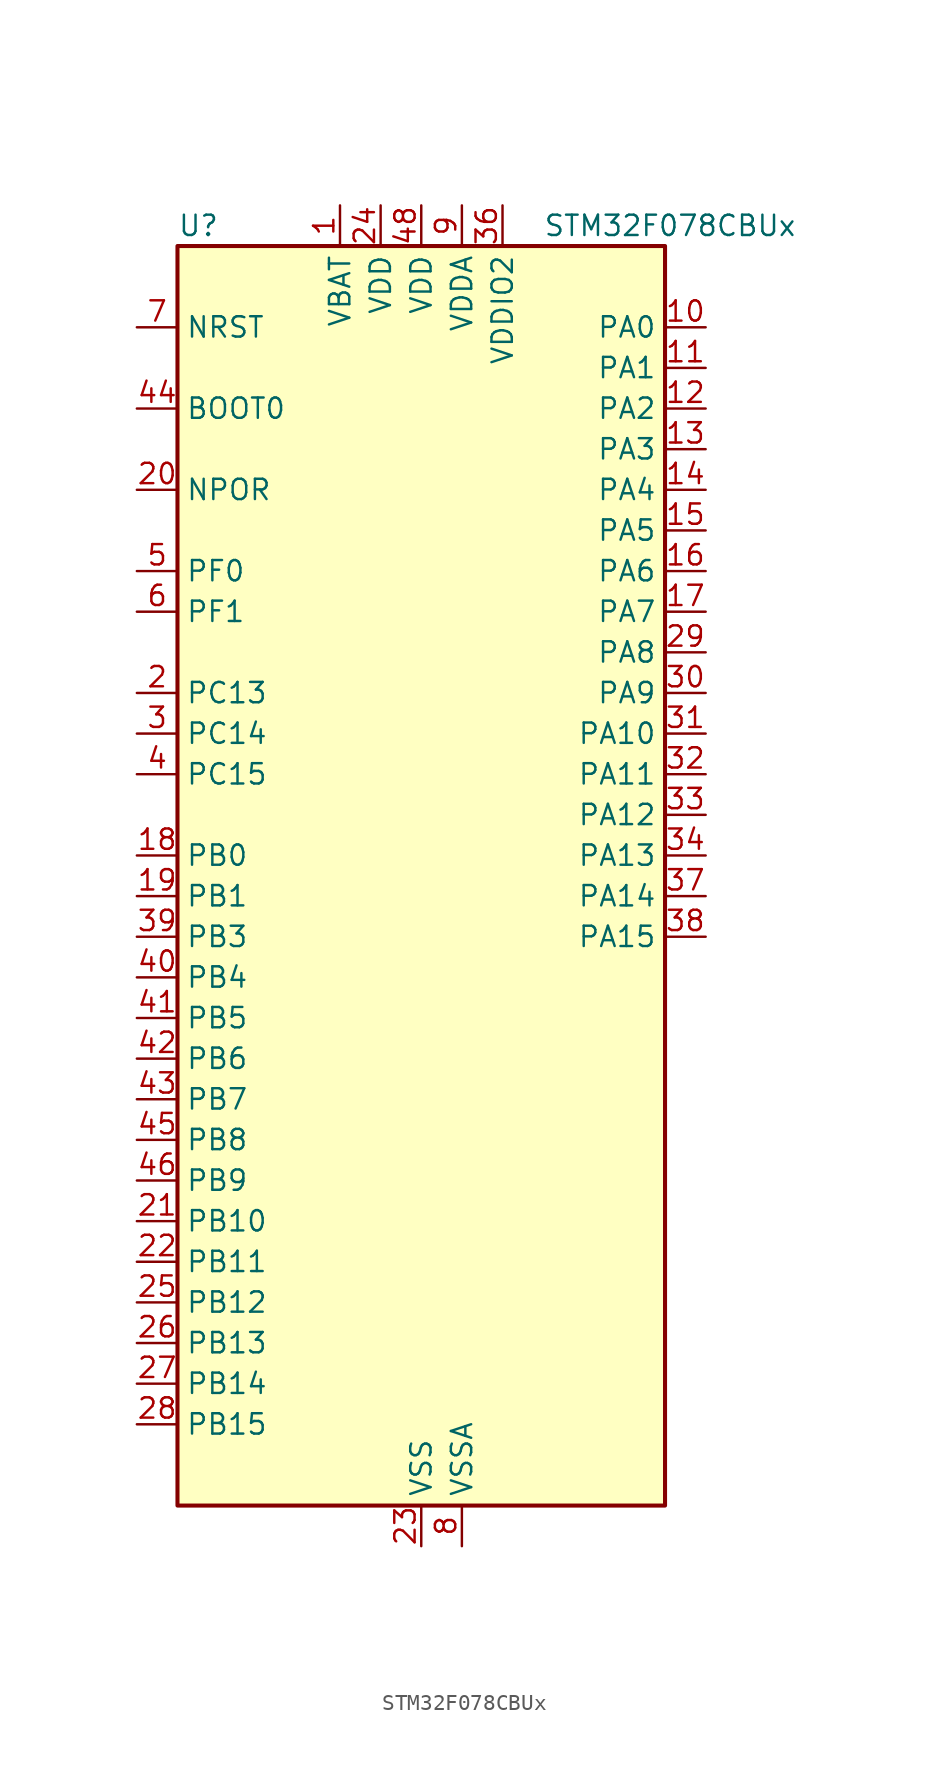
<source format=kicad_sym>
(kicad_symbol_lib
  (version 20241209)
  (generator "kicad_symbol_editor")
  (generator_version "9.0")
  (symbol "STM32F078CBUx"
    (property "Reference" "U"
      (at -15.24 41.91 0)
      (effects (font (size 1.27 1.27)) (justify left)))
    (property "Value" "STM32F078CBUx"
      (at 7.62 41.91 0)
      (effects (font (size 1.27 1.27)) (justify left)))
    (symbol "STM32F078CBUx_0_1"
      (rectangle (start -15.24 -38.1) (end 15.24 40.64) (stroke (width 0.254) (type default)) (fill (type background))))
    (symbol "STM32F078CBUx_1_1"
      (pin input line (at -17.78 35.56 0) (length 2.54) (name "NRST" (effects (font (size 1.27 1.27)))) (number "7" (effects (font (size 1.27 1.27)))))
      (pin input line (at -17.78 30.48 0) (length 2.54) (name "BOOT0" (effects (font (size 1.27 1.27)))) (number "44" (effects (font (size 1.27 1.27)))))
      (pin input line (at -17.78 25.4 0) (length 2.54) (name "NPOR" (effects (font (size 1.27 1.27)))) (number "20" (effects (font (size 1.27 1.27)))))
      (pin bidirectional line (at -17.78 20.32 0) (length 2.54) (name "PF0" (effects (font (size 1.27 1.27)))) (number "5" (effects (font (size 1.27 1.27)))) (alternate "CRS_SYNC" bidirectional line) (alternate "RCC_OSC_IN" bidirectional line))
      (pin bidirectional line (at -17.78 17.78 0) (length 2.54) (name "PF1" (effects (font (size 1.27 1.27)))) (number "6" (effects (font (size 1.27 1.27)))) (alternate "RCC_OSC_OUT" bidirectional line))
      (pin bidirectional line (at -17.78 12.7 0) (length 2.54) (name "PC13" (effects (font (size 1.27 1.27)))) (number "2" (effects (font (size 1.27 1.27)))) (alternate "RTC_OUT_ALARM" bidirectional line) (alternate "RTC_OUT_CALIB" bidirectional line) (alternate "RTC_TAMP1" bidirectional line) (alternate "RTC_TS" bidirectional line) (alternate "SYS_WKUP2" bidirectional line))
      (pin bidirectional line (at -17.78 10.16 0) (length 2.54) (name "PC14" (effects (font (size 1.27 1.27)))) (number "3" (effects (font (size 1.27 1.27)))) (alternate "RCC_OSC32_IN" bidirectional line))
      (pin bidirectional line (at -17.78 7.62 0) (length 2.54) (name "PC15" (effects (font (size 1.27 1.27)))) (number "4" (effects (font (size 1.27 1.27)))) (alternate "RCC_OSC32_OUT" bidirectional line))
      (pin bidirectional line (at -17.78 2.54 0) (length 2.54) (name "PB0" (effects (font (size 1.27 1.27)))) (number "18" (effects (font (size 1.27 1.27)))) (alternate "ADC_IN8" bidirectional line) (alternate "TIM1_CH2N" bidirectional line) (alternate "TIM3_CH3" bidirectional line) (alternate "TSC_G3_IO2" bidirectional line) (alternate "USART3_CK" bidirectional line))
      (pin bidirectional line (at -17.78 0 0) (length 2.54) (name "PB1" (effects (font (size 1.27 1.27)))) (number "19" (effects (font (size 1.27 1.27)))) (alternate "ADC_IN9" bidirectional line) (alternate "TIM14_CH1" bidirectional line) (alternate "TIM1_CH3N" bidirectional line) (alternate "TIM3_CH4" bidirectional line) (alternate "TSC_G3_IO3" bidirectional line) (alternate "USART3_DE" bidirectional line) (alternate "USART3_RTS" bidirectional line))
      (pin bidirectional line (at -17.78 -2.54 0) (length 2.54) (name "PB3" (effects (font (size 1.27 1.27)))) (number "39" (effects (font (size 1.27 1.27)))) (alternate "I2S1_CK" bidirectional line) (alternate "SPI1_SCK" bidirectional line) (alternate "TIM2_CH2" bidirectional line) (alternate "TSC_G5_IO1" bidirectional line))
      (pin bidirectional line (at -17.78 -5.08 0) (length 2.54) (name "PB4" (effects (font (size 1.27 1.27)))) (number "40" (effects (font (size 1.27 1.27)))) (alternate "I2S1_MCK" bidirectional line) (alternate "SPI1_MISO" bidirectional line) (alternate "TIM17_BKIN" bidirectional line) (alternate "TIM3_CH1" bidirectional line) (alternate "TSC_G5_IO2" bidirectional line))
      (pin bidirectional line (at -17.78 -7.62 0) (length 2.54) (name "PB5" (effects (font (size 1.27 1.27)))) (number "41" (effects (font (size 1.27 1.27)))) (alternate "I2C1_SMBA" bidirectional line) (alternate "I2S1_SD" bidirectional line) (alternate "SPI1_MOSI" bidirectional line) (alternate "SYS_WKUP6" bidirectional line) (alternate "TIM16_BKIN" bidirectional line) (alternate "TIM3_CH2" bidirectional line))
      (pin bidirectional line (at -17.78 -10.16 0) (length 2.54) (name "PB6" (effects (font (size 1.27 1.27)))) (number "42" (effects (font (size 1.27 1.27)))) (alternate "I2C1_SCL" bidirectional line) (alternate "TIM16_CH1N" bidirectional line) (alternate "TSC_G5_IO3" bidirectional line) (alternate "USART1_TX" bidirectional line))
      (pin bidirectional line (at -17.78 -12.7 0) (length 2.54) (name "PB7" (effects (font (size 1.27 1.27)))) (number "43" (effects (font (size 1.27 1.27)))) (alternate "I2C1_SDA" bidirectional line) (alternate "TIM17_CH1N" bidirectional line) (alternate "TSC_G5_IO4" bidirectional line) (alternate "USART1_RX" bidirectional line) (alternate "USART4_CTS" bidirectional line))
      (pin bidirectional line (at -17.78 -15.24 0) (length 2.54) (name "PB8" (effects (font (size 1.27 1.27)))) (number "45" (effects (font (size 1.27 1.27)))) (alternate "CEC" bidirectional line) (alternate "I2C1_SCL" bidirectional line) (alternate "TIM16_CH1" bidirectional line) (alternate "TSC_SYNC" bidirectional line))
      (pin bidirectional line (at -17.78 -17.78 0) (length 2.54) (name "PB9" (effects (font (size 1.27 1.27)))) (number "46" (effects (font (size 1.27 1.27)))) (alternate "DAC_EXTI9" bidirectional line) (alternate "I2C1_SDA" bidirectional line) (alternate "I2S2_WS" bidirectional line) (alternate "IR_OUT" bidirectional line) (alternate "SPI2_NSS" bidirectional line) (alternate "TIM17_CH1" bidirectional line))
      (pin bidirectional line (at -17.78 -20.32 0) (length 2.54) (name "PB10" (effects (font (size 1.27 1.27)))) (number "21" (effects (font (size 1.27 1.27)))) (alternate "CEC" bidirectional line) (alternate "I2C2_SCL" bidirectional line) (alternate "I2S2_CK" bidirectional line) (alternate "SPI2_SCK" bidirectional line) (alternate "TIM2_CH3" bidirectional line) (alternate "TSC_SYNC" bidirectional line) (alternate "USART3_TX" bidirectional line))
      (pin bidirectional line (at -17.78 -22.86 0) (length 2.54) (name "PB11" (effects (font (size 1.27 1.27)))) (number "22" (effects (font (size 1.27 1.27)))) (alternate "I2C2_SDA" bidirectional line) (alternate "TIM2_CH4" bidirectional line) (alternate "TSC_G6_IO1" bidirectional line) (alternate "USART3_RX" bidirectional line))
      (pin bidirectional line (at -17.78 -25.4 0) (length 2.54) (name "PB12" (effects (font (size 1.27 1.27)))) (number "25" (effects (font (size 1.27 1.27)))) (alternate "I2S2_WS" bidirectional line) (alternate "SPI2_NSS" bidirectional line) (alternate "TIM15_BKIN" bidirectional line) (alternate "TIM1_BKIN" bidirectional line) (alternate "TSC_G6_IO2" bidirectional line) (alternate "USART3_CK" bidirectional line))
      (pin bidirectional line (at -17.78 -27.94 0) (length 2.54) (name "PB13" (effects (font (size 1.27 1.27)))) (number "26" (effects (font (size 1.27 1.27)))) (alternate "I2C2_SCL" bidirectional line) (alternate "I2S2_CK" bidirectional line) (alternate "SPI2_SCK" bidirectional line) (alternate "TIM1_CH1N" bidirectional line) (alternate "TSC_G6_IO3" bidirectional line) (alternate "USART3_CTS" bidirectional line))
      (pin bidirectional line (at -17.78 -30.48 0) (length 2.54) (name "PB14" (effects (font (size 1.27 1.27)))) (number "27" (effects (font (size 1.27 1.27)))) (alternate "I2C2_SDA" bidirectional line) (alternate "I2S2_MCK" bidirectional line) (alternate "SPI2_MISO" bidirectional line) (alternate "TIM15_CH1" bidirectional line) (alternate "TIM1_CH2N" bidirectional line) (alternate "TSC_G6_IO4" bidirectional line) (alternate "USART3_DE" bidirectional line) (alternate "USART3_RTS" bidirectional line))
      (pin bidirectional line (at -17.78 -33.02 0) (length 2.54) (name "PB15" (effects (font (size 1.27 1.27)))) (number "28" (effects (font (size 1.27 1.27)))) (alternate "I2S2_SD" bidirectional line) (alternate "RTC_REFIN" bidirectional line) (alternate "SPI2_MOSI" bidirectional line) (alternate "SYS_WKUP7" bidirectional line) (alternate "TIM15_CH1N" bidirectional line) (alternate "TIM15_CH2" bidirectional line) (alternate "TIM1_CH3N" bidirectional line))
      (pin power_in line (at -5.08 43.18 270) (length 2.54) (name "VBAT" (effects (font (size 1.27 1.27)))) (number "1" (effects (font (size 1.27 1.27)))))
      (pin power_in line (at -2.54 43.18 270) (length 2.54) (name "VDD" (effects (font (size 1.27 1.27)))) (number "24" (effects (font (size 1.27 1.27)))))
      (pin power_in line (at 0 43.18 270) (length 2.54) (name "VDD" (effects (font (size 1.27 1.27)))) (number "48" (effects (font (size 1.27 1.27)))))
      (pin power_in line (at 0 -40.64 90) (length 2.54) (name "VSS" (effects (font (size 1.27 1.27)))) (number "23" (effects (font (size 1.27 1.27)))))
      (pin passive line (at 0 -40.64 90) (length 2.54) (hide yes) (name "VSS" (effects (font (size 1.27 1.27)))) (number "35" (effects (font (size 1.27 1.27)))))
      (pin passive line (at 0 -40.64 90) (length 2.54) (hide yes) (name "VSS" (effects (font (size 1.27 1.27)))) (number "47" (effects (font (size 1.27 1.27)))))
      (pin passive line (at 0 -40.64 90) (length 2.54) (hide yes) (name "VSS" (effects (font (size 1.27 1.27)))) (number "49" (effects (font (size 1.27 1.27)))))
      (pin power_in line (at 2.54 43.18 270) (length 2.54) (name "VDDA" (effects (font (size 1.27 1.27)))) (number "9" (effects (font (size 1.27 1.27)))))
      (pin power_in line (at 2.54 -40.64 90) (length 2.54) (name "VSSA" (effects (font (size 1.27 1.27)))) (number "8" (effects (font (size 1.27 1.27)))))
      (pin power_in line (at 5.08 43.18 270) (length 2.54) (name "VDDIO2" (effects (font (size 1.27 1.27)))) (number "36" (effects (font (size 1.27 1.27)))))
      (pin bidirectional line (at 17.78 35.56 180) (length 2.54) (name "PA0" (effects (font (size 1.27 1.27)))) (number "10" (effects (font (size 1.27 1.27)))) (alternate "ADC_IN0" bidirectional line) (alternate "COMP1_INM" bidirectional line) (alternate "COMP1_OUT" bidirectional line) (alternate "RTC_TAMP2" bidirectional line) (alternate "SYS_WKUP1" bidirectional line) (alternate "TIM2_CH1" bidirectional line) (alternate "TIM2_ETR" bidirectional line) (alternate "TSC_G1_IO1" bidirectional line) (alternate "USART2_CTS" bidirectional line) (alternate "USART4_TX" bidirectional line))
      (pin bidirectional line (at 17.78 33.02 180) (length 2.54) (name "PA1" (effects (font (size 1.27 1.27)))) (number "11" (effects (font (size 1.27 1.27)))) (alternate "ADC_IN1" bidirectional line) (alternate "COMP1_INP" bidirectional line) (alternate "TIM15_CH1N" bidirectional line) (alternate "TIM2_CH2" bidirectional line) (alternate "TSC_G1_IO2" bidirectional line) (alternate "USART2_DE" bidirectional line) (alternate "USART2_RTS" bidirectional line) (alternate "USART4_RX" bidirectional line))
      (pin bidirectional line (at 17.78 30.48 180) (length 2.54) (name "PA2" (effects (font (size 1.27 1.27)))) (number "12" (effects (font (size 1.27 1.27)))) (alternate "ADC_IN2" bidirectional line) (alternate "COMP2_INM" bidirectional line) (alternate "COMP2_OUT" bidirectional line) (alternate "SYS_WKUP4" bidirectional line) (alternate "TIM15_CH1" bidirectional line) (alternate "TIM2_CH3" bidirectional line) (alternate "TSC_G1_IO3" bidirectional line) (alternate "USART2_TX" bidirectional line))
      (pin bidirectional line (at 17.78 27.94 180) (length 2.54) (name "PA3" (effects (font (size 1.27 1.27)))) (number "13" (effects (font (size 1.27 1.27)))) (alternate "ADC_IN3" bidirectional line) (alternate "COMP2_INP" bidirectional line) (alternate "TIM15_CH2" bidirectional line) (alternate "TIM2_CH4" bidirectional line) (alternate "TSC_G1_IO4" bidirectional line) (alternate "USART2_RX" bidirectional line))
      (pin bidirectional line (at 17.78 25.4 180) (length 2.54) (name "PA4" (effects (font (size 1.27 1.27)))) (number "14" (effects (font (size 1.27 1.27)))) (alternate "ADC_IN4" bidirectional line) (alternate "COMP1_INM" bidirectional line) (alternate "COMP2_INM" bidirectional line) (alternate "DAC_OUT1" bidirectional line) (alternate "I2S1_WS" bidirectional line) (alternate "SPI1_NSS" bidirectional line) (alternate "TIM14_CH1" bidirectional line) (alternate "TSC_G2_IO1" bidirectional line) (alternate "USART2_CK" bidirectional line))
      (pin bidirectional line (at 17.78 22.86 180) (length 2.54) (name "PA5" (effects (font (size 1.27 1.27)))) (number "15" (effects (font (size 1.27 1.27)))) (alternate "ADC_IN5" bidirectional line) (alternate "CEC" bidirectional line) (alternate "COMP1_INM" bidirectional line) (alternate "COMP2_INM" bidirectional line) (alternate "DAC_OUT2" bidirectional line) (alternate "I2S1_CK" bidirectional line) (alternate "SPI1_SCK" bidirectional line) (alternate "TIM2_CH1" bidirectional line) (alternate "TIM2_ETR" bidirectional line) (alternate "TSC_G2_IO2" bidirectional line))
      (pin bidirectional line (at 17.78 20.32 180) (length 2.54) (name "PA6" (effects (font (size 1.27 1.27)))) (number "16" (effects (font (size 1.27 1.27)))) (alternate "ADC_IN6" bidirectional line) (alternate "COMP1_OUT" bidirectional line) (alternate "I2S1_MCK" bidirectional line) (alternate "SPI1_MISO" bidirectional line) (alternate "TIM16_CH1" bidirectional line) (alternate "TIM1_BKIN" bidirectional line) (alternate "TIM3_CH1" bidirectional line) (alternate "TSC_G2_IO3" bidirectional line) (alternate "USART3_CTS" bidirectional line))
      (pin bidirectional line (at 17.78 17.78 180) (length 2.54) (name "PA7" (effects (font (size 1.27 1.27)))) (number "17" (effects (font (size 1.27 1.27)))) (alternate "ADC_IN7" bidirectional line) (alternate "COMP2_OUT" bidirectional line) (alternate "I2S1_SD" bidirectional line) (alternate "SPI1_MOSI" bidirectional line) (alternate "TIM14_CH1" bidirectional line) (alternate "TIM17_CH1" bidirectional line) (alternate "TIM1_CH1N" bidirectional line) (alternate "TIM3_CH2" bidirectional line) (alternate "TSC_G2_IO4" bidirectional line))
      (pin bidirectional line (at 17.78 15.24 180) (length 2.54) (name "PA8" (effects (font (size 1.27 1.27)))) (number "29" (effects (font (size 1.27 1.27)))) (alternate "CRS_SYNC" bidirectional line) (alternate "RCC_MCO" bidirectional line) (alternate "TIM1_CH1" bidirectional line) (alternate "USART1_CK" bidirectional line))
      (pin bidirectional line (at 17.78 12.7 180) (length 2.54) (name "PA9" (effects (font (size 1.27 1.27)))) (number "30" (effects (font (size 1.27 1.27)))) (alternate "DAC_EXTI9" bidirectional line) (alternate "TIM15_BKIN" bidirectional line) (alternate "TIM1_CH2" bidirectional line) (alternate "TSC_G4_IO1" bidirectional line) (alternate "USART1_TX" bidirectional line))
      (pin bidirectional line (at 17.78 10.16 180) (length 2.54) (name "PA10" (effects (font (size 1.27 1.27)))) (number "31" (effects (font (size 1.27 1.27)))) (alternate "TIM17_BKIN" bidirectional line) (alternate "TIM1_CH3" bidirectional line) (alternate "TSC_G4_IO2" bidirectional line) (alternate "USART1_RX" bidirectional line))
      (pin bidirectional line (at 17.78 7.62 180) (length 2.54) (name "PA11" (effects (font (size 1.27 1.27)))) (number "32" (effects (font (size 1.27 1.27)))) (alternate "COMP1_OUT" bidirectional line) (alternate "TIM1_CH4" bidirectional line) (alternate "TSC_G4_IO3" bidirectional line) (alternate "USART1_CTS" bidirectional line) (alternate "USB_DM" bidirectional line))
      (pin bidirectional line (at 17.78 5.08 180) (length 2.54) (name "PA12" (effects (font (size 1.27 1.27)))) (number "33" (effects (font (size 1.27 1.27)))) (alternate "COMP2_OUT" bidirectional line) (alternate "TIM1_ETR" bidirectional line) (alternate "TSC_G4_IO4" bidirectional line) (alternate "USART1_DE" bidirectional line) (alternate "USART1_RTS" bidirectional line) (alternate "USB_DP" bidirectional line))
      (pin bidirectional line (at 17.78 2.54 180) (length 2.54) (name "PA13" (effects (font (size 1.27 1.27)))) (number "34" (effects (font (size 1.27 1.27)))) (alternate "IR_OUT" bidirectional line) (alternate "SYS_SWDIO" bidirectional line) (alternate "USB_NOE" bidirectional line))
      (pin bidirectional line (at 17.78 0 180) (length 2.54) (name "PA14" (effects (font (size 1.27 1.27)))) (number "37" (effects (font (size 1.27 1.27)))) (alternate "SYS_SWCLK" bidirectional line) (alternate "USART2_TX" bidirectional line))
      (pin bidirectional line (at 17.78 -2.54 180) (length 2.54) (name "PA15" (effects (font (size 1.27 1.27)))) (number "38" (effects (font (size 1.27 1.27)))) (alternate "I2S1_WS" bidirectional line) (alternate "SPI1_NSS" bidirectional line) (alternate "TIM2_CH1" bidirectional line) (alternate "TIM2_ETR" bidirectional line) (alternate "USART2_RX" bidirectional line) (alternate "USART4_DE" bidirectional line) (alternate "USART4_RTS" bidirectional line)))))
</source>
